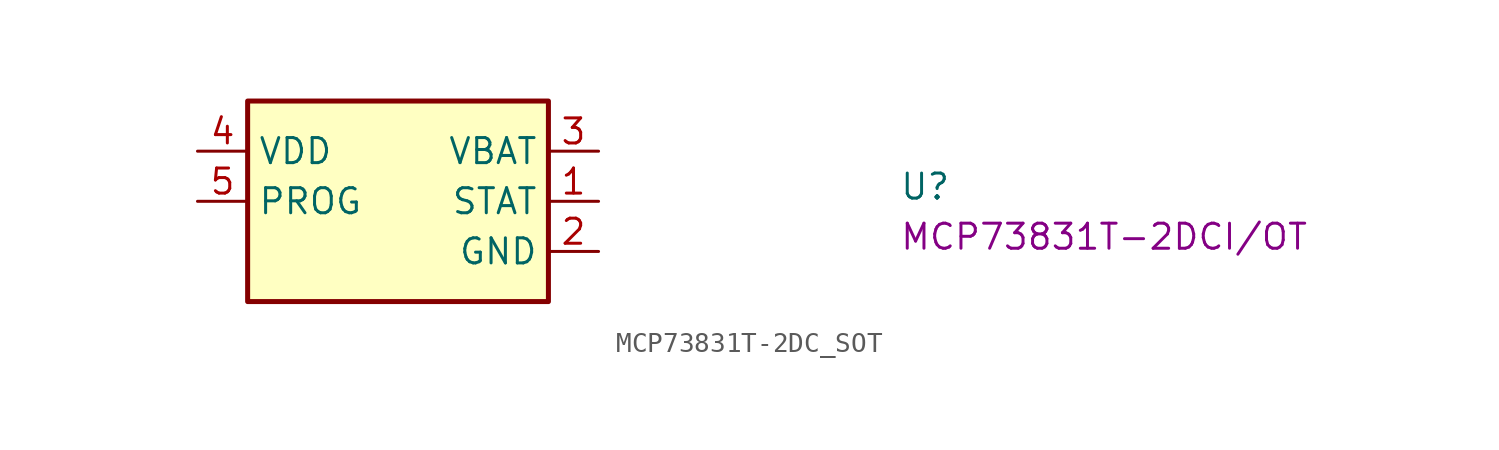
<source format=kicad_sym>
(kicad_symbol_lib
  (version 20220914)
  (generator kicad_symbol_editor)
  (symbol "MCP73831T-2DC_SOT"
    (property "Reference" "U"
      (at 35.56 -2.54 0)
      (effects (font (size 1.27 1.27) (thickness 0.15)) (justify left bottom)))
    (property "MPN" "MCP73831T-2DCI/OT"
      (at 35.56 -5.08 0)
      (effects (font (size 1.27 1.27) (thickness 0.15)) (justify left bottom)))
    (symbol "MCP73831T-2DC_SOT_1_1"
      (rectangle (start 17.78 2.54) (end 2.54 -7.62) (stroke (width 0.254) (type default)) (fill (type background)))
      (pin output line (at 20.32 -2.54 180) (length 2.54) (name "STAT" (effects (font (size 1.27 1.27)))) (number "1" (effects (font (size 1.27 1.27)))))
      (pin power_in line (at 20.32 -5.08 180) (length 2.54) (name "GND" (effects (font (size 1.27 1.27)))) (number "2" (effects (font (size 1.27 1.27)))))
      (pin power_out line (at 20.32 0 180) (length 2.54) (name "VBAT" (effects (font (size 1.27 1.27)))) (number "3" (effects (font (size 1.27 1.27)))))
      (pin power_in line (at 0 0 0) (length 2.54) (name "VDD" (effects (font (size 1.27 1.27)))) (number "4" (effects (font (size 1.27 1.27)))))
      (pin input line (at 0 -2.54 0) (length 2.54) (name "PROG" (effects (font (size 1.27 1.27)))) (number "5" (effects (font (size 1.27 1.27))))))))
</source>
